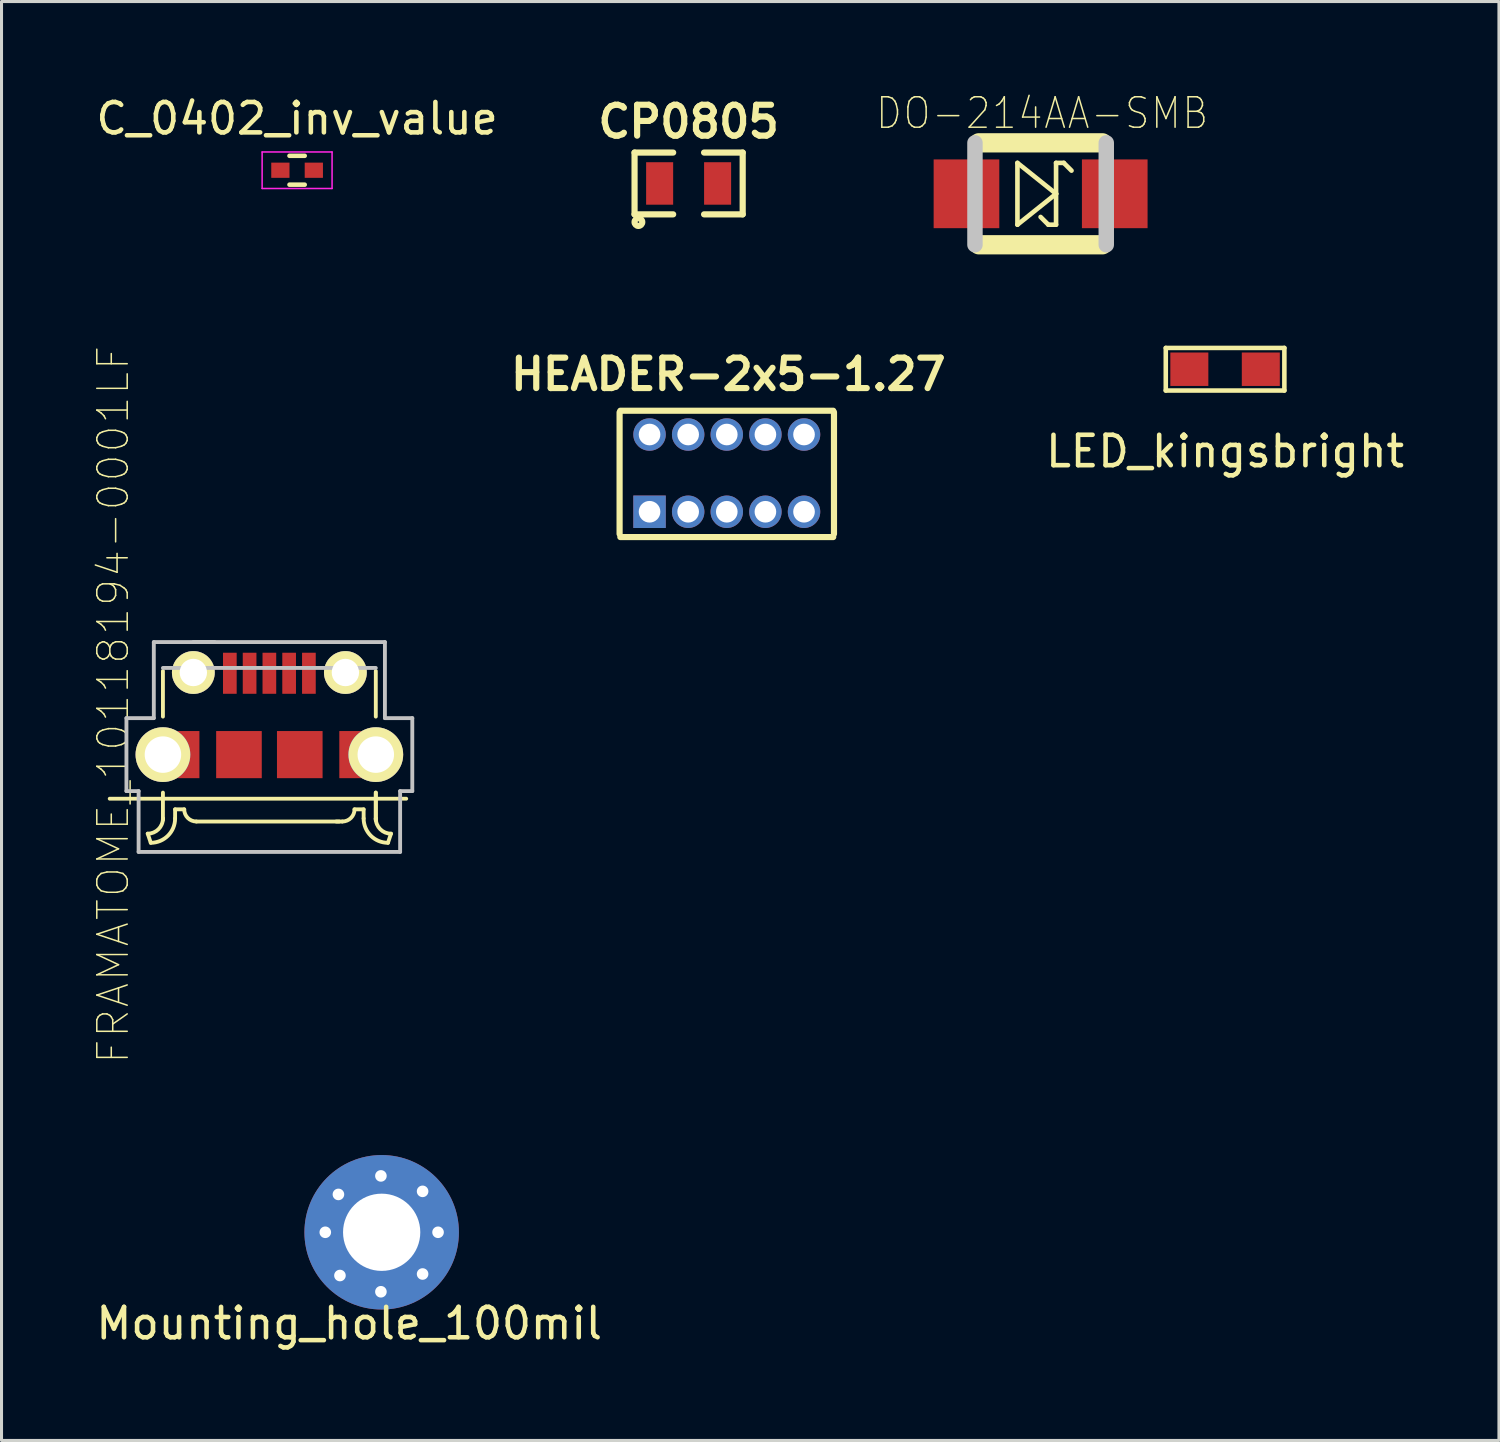
<source format=kicad_pcb>
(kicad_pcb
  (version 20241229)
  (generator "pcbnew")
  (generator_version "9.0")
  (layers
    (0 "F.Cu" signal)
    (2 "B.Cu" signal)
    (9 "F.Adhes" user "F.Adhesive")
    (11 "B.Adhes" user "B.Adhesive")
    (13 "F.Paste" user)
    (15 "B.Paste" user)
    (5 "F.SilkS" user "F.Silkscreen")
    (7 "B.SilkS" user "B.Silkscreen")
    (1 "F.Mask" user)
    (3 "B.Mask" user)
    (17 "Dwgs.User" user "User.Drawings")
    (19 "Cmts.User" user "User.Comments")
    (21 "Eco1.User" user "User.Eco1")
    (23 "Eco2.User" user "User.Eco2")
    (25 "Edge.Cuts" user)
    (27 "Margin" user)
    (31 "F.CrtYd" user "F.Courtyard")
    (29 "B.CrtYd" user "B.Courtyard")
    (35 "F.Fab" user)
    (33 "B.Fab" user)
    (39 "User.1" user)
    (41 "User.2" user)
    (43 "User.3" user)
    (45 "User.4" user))
  (footprint "C_0402_inv_value"
    (placed yes)
    (layer "F.Cu")
    (at 6.72 2.548)
    (property "Reference" "C_0402_inv_value" (at 0 -1.7 0) (layer "F.SilkS") (effects (font (size 1 1) (thickness 0.15))))
    (attr smd)
    (fp_line (start -0.25 0.475) (end 0.25 0.475) (stroke (width 0.15) (type solid)) (layer "F.SilkS"))
    (fp_line (start 0.25 -0.475) (end -0.25 -0.475) (stroke (width 0.15) (type solid)) (layer "F.SilkS"))
    (fp_line (start -1.15 -0.6) (end -1.15 0.6) (stroke (width 0.05) (type solid)) (layer "F.CrtYd"))
    (fp_line (start -1.15 -0.6) (end 1.15 -0.6) (stroke (width 0.05) (type solid)) (layer "F.CrtYd"))
    (fp_line (start -1.15 0.6) (end 1.15 0.6) (stroke (width 0.05) (type solid)) (layer "F.CrtYd"))
    (fp_line (start 1.15 -0.6) (end 1.15 0.6) (stroke (width 0.05) (type solid)) (layer "F.CrtYd"))
    (pad "1" smd rect (at -0.55 0) (size 0.6 0.5) (layers "F.Cu" "F.Mask" "F.Paste"))
    (pad "2" smd rect (at 0.55 0) (size 0.6 0.5) (layers "F.Cu" "F.Mask" "F.Paste")))
  (footprint "LED_kingsbright"
    (layer "F.Cu")
    (at 37.236 9.092)
    (property "Reference" "LED_kingsbright" (at 0 2.7 0) (layer "F.SilkS") (effects (font (size 1 1) (thickness 0.15))))
    (attr through_hole)
    (fp_line (start -1.95 -0.7) (end 1.95 -0.7) (stroke (width 0.15) (type solid)) (layer "F.SilkS"))
    (fp_line (start -1.95 0.7) (end -1.95 -0.7) (stroke (width 0.15) (type solid)) (layer "F.SilkS"))
    (fp_line (start 1.95 -0.7) (end 1.95 0.7) (stroke (width 0.15) (type solid)) (layer "F.SilkS"))
    (fp_line (start 1.95 0.7) (end -1.95 0.7) (stroke (width 0.15) (type solid)) (layer "F.SilkS"))
    (pad "1" smd rect (at -1.175 0) (size 1.25 1.1) (layers "F.Cu" "F.Mask" "F.Paste"))
    (pad "2" smd rect (at 1.175 0) (size 1.25 1.1) (layers "F.Cu" "F.Mask" "F.Paste")))
  (footprint "DO-214AA-SMB"
    (layer "F.Cu")
    (at 31.17 3.323)
    (property "Reference" "DO-214AA-SMB" (at 0.05 -2.65 0) (layer "F.SilkS") (effects (font (size 1 0.9) (thickness 0.05))))
    (attr smd)
    (fp_line (start -2.032 -1.676) (end 2.032 -1.676) (stroke (width 0.635) (type solid)) (layer "F.SilkS"))
    (fp_line (start -2.032 1.676) (end 2.032 1.676) (stroke (width 0.635) (type solid)) (layer "F.SilkS"))
    (fp_line (start -0.762 -1.016) (end -0.762 1.016) (stroke (width 0.152) (type solid)) (layer "F.SilkS"))
    (fp_line (start -0.762 1.016) (end 0.508 0) (stroke (width 0.152) (type solid)) (layer "F.SilkS"))
    (fp_line (start 0.254 1.016) (end 0 0.762) (stroke (width 0.152) (type solid)) (layer "F.SilkS"))
    (fp_line (start 0.508 -1.016) (end 0.508 0) (stroke (width 0.152) (type solid)) (layer "F.SilkS"))
    (fp_line (start 0.508 -1.016) (end 0.762 -1.016) (stroke (width 0.152) (type solid)) (layer "F.SilkS"))
    (fp_line (start 0.508 0) (end -0.762 -1.016) (stroke (width 0.152) (type solid)) (layer "F.SilkS"))
    (fp_line (start 0.508 0) (end 0.508 1.016) (stroke (width 0.152) (type solid)) (layer "F.SilkS"))
    (fp_line (start 0.508 1.016) (end 0.254 1.016) (stroke (width 0.152) (type solid)) (layer "F.SilkS"))
    (fp_line (start 0.762 -1.016) (end 1.016 -0.762) (stroke (width 0.152) (type solid)) (layer "F.SilkS"))
    (fp_line (start -2.159 -1.676) (end -2.159 1.676) (stroke (width 0.508) (type solid)) (layer "Dwgs.User"))
    (fp_line (start 2.159 -1.676) (end 2.159 1.676) (stroke (width 0.508) (type solid)) (layer "Dwgs.User"))
    (pad "1" smd rect (at 2.438 0) (size 2.159 2.261) (layers "F.Cu" "F.Mask" "F.Paste"))
    (pad "2" smd rect (at -2.438 0) (size 2.159 2.261) (layers "F.Cu" "F.Mask" "F.Paste")))
  (footprint "CP0805"
    (layer "F.Cu")
    (at 19.595 2.983)
    (property "Reference" "CP0805" (at 0 -2.032 0) (layer "F.SilkS") (effects (font (size 1.016 1.016) (thickness 0.203))))
    (attr smd)
    (fp_line (start -1.778 -1.016) (end -1.778 1.016) (stroke (width 0.203) (type solid)) (layer "F.SilkS"))
    (fp_line (start -1.778 1.016) (end -0.508 1.016) (stroke (width 0.203) (type solid)) (layer "F.SilkS"))
    (fp_line (start -0.508 -1.016) (end -1.778 -1.016) (stroke (width 0.203) (type solid)) (layer "F.SilkS"))
    (fp_line (start 0.508 -1.016) (end 1.778 -1.016) (stroke (width 0.203) (type solid)) (layer "F.SilkS"))
    (fp_line (start 1.778 -1.016) (end 1.778 1.016) (stroke (width 0.203) (type solid)) (layer "F.SilkS"))
    (fp_line (start 1.778 1.016) (end 0.508 1.016) (stroke (width 0.203) (type solid)) (layer "F.SilkS"))
    (fp_circle (center -1.651 1.27) (end -1.651 1.397) (stroke (width 0.203) (type solid)) (fill no) (layer "F.SilkS"))
    (pad "1" smd rect (at -0.953 0) (size 0.889 1.397) (layers "F.Cu" "F.Mask" "F.Paste"))
    (pad "2" smd rect (at 0.953 0) (size 0.889 1.397) (layers "F.Cu" "F.Mask" "F.Paste")))
  (footprint "Mounting_hole_100mil"
    (layer "F.Cu")
    (at 9.501 37.473)
    (property "Reference" "Mounting_hole_100mil" (at -1.067 2.997 0) (layer "F.SilkS") (effects (font (size 1 1) (thickness 0.15))))
    (attr through_hole)
    (pad "1" thru_hole circle (at -1.854 0) (size 0.508 0.508) (drill 0.381) (layers "*.Cu" "*.Mask"))
    (pad "1" thru_hole circle (at -1.422 -1.245) (size 0.508 0.508) (drill 0.381) (layers "*.Cu" "*.Mask"))
    (pad "1" thru_hole circle (at -1.372 1.422) (size 0.508 0.508) (drill 0.381) (layers "*.Cu" "*.Mask"))
    (pad "1" thru_hole circle (at -0.025 -1.854) (size 0.508 0.508) (drill 0.381) (layers "*.Cu" "*.Mask"))
    (pad "1" thru_hole circle (at -0.025 1.956) (size 0.508 0.508) (drill 0.381) (layers "*.Cu" "*.Mask"))
    (pad "1" thru_hole circle (at 0 0) (size 5.08 5.08) (drill 2.54) (layers "*.Cu" "*.Mask"))
    (pad "1" thru_hole circle (at 1.346 -1.346) (size 0.508 0.508) (drill 0.381) (layers "*.Cu" "*.Mask"))
    (pad "1" thru_hole circle (at 1.346 1.372) (size 0.508 0.508) (drill 0.381) (layers "*.Cu" "*.Mask"))
    (pad "1" thru_hole circle (at 1.854 0) (size 0.508 0.508) (drill 0.381) (layers "*.Cu" "*.Mask")))
  (footprint "FRAMATOME_10118194-0001LF"
    (layer "F.Cu")
    (at 5.808 21.765)
    (property "Reference" "FRAMATOME_10118194-0001LF" (at -5.135 -1.64 90) (layer "F.SilkS") (effects (font (size 1 1) (thickness 0.05))))
    (attr smd)
    (fp_line (start -5.25 1.45) (end 4.5 1.45) (stroke (width 0.127) (type solid)) (layer "F.SilkS"))
    (fp_line (start -4 2.6) (end -3.9 2.9) (stroke (width 0.127) (type solid)) (layer "F.SilkS"))
    (fp_line (start -3.5 -2.75) (end -3.5 -1.25) (stroke (width 0.127) (type solid)) (layer "F.SilkS"))
    (fp_line (start -3.5 1.25) (end -3.5 2.1) (stroke (width 0.127) (type solid)) (layer "F.SilkS"))
    (fp_line (start -3.5 2.1) (end -3.5 2.15) (stroke (width 0.127) (type solid)) (layer "F.SilkS"))
    (fp_line (start -3.1 1.8) (end -2.8 1.8) (stroke (width 0.127) (type solid)) (layer "F.SilkS"))
    (fp_line (start -3.1 2.1) (end -3.1 1.8) (stroke (width 0.127) (type solid)) (layer "F.SilkS"))
    (fp_line (start -2.4 2.2) (end 2.3 2.2) (stroke (width 0.127) (type solid)) (layer "F.SilkS"))
    (fp_line (start 2.4 2.2) (end 2.2 2.2) (stroke (width 0.127) (type solid)) (layer "F.SilkS"))
    (fp_line (start 3.1 1.8) (end 2.8 1.8) (stroke (width 0.127) (type solid)) (layer "F.SilkS"))
    (fp_line (start 3.1 2.1) (end 3.1 1.8) (stroke (width 0.127) (type solid)) (layer "F.SilkS"))
    (fp_line (start 3.5 -2.75) (end 3.5 -1.25) (stroke (width 0.127) (type solid)) (layer "F.SilkS"))
    (fp_line (start 3.5 1.25) (end 3.5 2.1) (stroke (width 0.127) (type solid)) (layer "F.SilkS"))
    (fp_line (start 3.5 1.25) (end 3.5 2.15) (stroke (width 0.127) (type solid)) (layer "F.SilkS"))
    (fp_line (start 3.5 2.1) (end 3.5 2.15) (stroke (width 0.127) (type solid)) (layer "F.SilkS"))
    (fp_line (start 4 2.6) (end 3.9 2.9) (stroke (width 0.127) (type solid)) (layer "F.SilkS"))
    (fp_arc (start -3.5 2.1) (mid -3.646447 2.453553) (end -4 2.6) (stroke (width 0.127) (type solid)) (layer "F.SilkS"))
    (fp_arc (start -3.1 2.1) (mid -3.334315 2.665685) (end -3.9 2.9) (stroke (width 0.127) (type solid)) (layer "F.SilkS"))
    (fp_arc (start -2.4 2.2) (mid -2.682843 2.082843) (end -2.8 1.8) (stroke (width 0.127) (type solid)) (layer "F.SilkS"))
    (fp_arc (start 2.8 1.8) (mid 2.682843 2.082843) (end 2.4 2.2) (stroke (width 0.127) (type solid)) (layer "F.SilkS"))
    (fp_arc (start 3.9 2.9) (mid 3.334315 2.665685) (end 3.1 2.1) (stroke (width 0.127) (type solid)) (layer "F.SilkS"))
    (fp_arc (start 4 2.6) (mid 3.646447 2.453553) (end 3.5 2.1) (stroke (width 0.127) (type solid)) (layer "F.SilkS"))
    (fp_line (start -4.7 -1.2) (end -3.8 -1.2) (stroke (width 0.127) (type solid)) (layer "Dwgs.User"))
    (fp_line (start -4.7 1.2) (end -4.7 -1.2) (stroke (width 0.127) (type solid)) (layer "Dwgs.User"))
    (fp_line (start -4.3 1.2) (end -4.7 1.2) (stroke (width 0.127) (type solid)) (layer "Dwgs.User"))
    (fp_line (start -4.3 3.2) (end -4.3 1.2) (stroke (width 0.127) (type solid)) (layer "Dwgs.User"))
    (fp_line (start -3.8 -3.7) (end -1.8 -3.7) (stroke (width 0.127) (type solid)) (layer "Dwgs.User"))
    (fp_line (start -3.8 -1.2) (end -3.8 -3.7) (stroke (width 0.127) (type solid)) (layer "Dwgs.User"))
    (fp_line (start -3.5 -2.85) (end 3.5 -2.85) (stroke (width 0.127) (type solid)) (layer "Dwgs.User"))
    (fp_line (start -2.5 -3.7) (end 3.8 -3.7) (stroke (width 0.127) (type solid)) (layer "Dwgs.User"))
    (fp_line (start 3.8 -3.7) (end 3.8 -1.2) (stroke (width 0.127) (type solid)) (layer "Dwgs.User"))
    (fp_line (start 3.8 -1.2) (end 4.7 -1.2) (stroke (width 0.127) (type solid)) (layer "Dwgs.User"))
    (fp_line (start 4.3 1.2) (end 4.3 3.2) (stroke (width 0.127) (type solid)) (layer "Dwgs.User"))
    (fp_line (start 4.3 3.2) (end -4.3 3.2) (stroke (width 0.127) (type solid)) (layer "Dwgs.User"))
    (fp_line (start 4.7 -1.2) (end 4.7 1.2) (stroke (width 0.127) (type solid)) (layer "Dwgs.User"))
    (fp_line (start 4.7 1.2) (end 4.3 1.2) (stroke (width 0.127) (type solid)) (layer "Dwgs.User"))
    (pad "1" smd rect (at -1.3 -2.675 180) (size 0.45 1.35) (layers "F.Cu" "F.Mask" "F.Paste"))
    (pad "2" smd rect (at -0.65 -2.675 180) (size 0.45 1.35) (layers "F.Cu" "F.Mask" "F.Paste"))
    (pad "3" smd rect (at 0 -2.675 180) (size 0.45 1.35) (layers "F.Cu" "F.Mask" "F.Paste"))
    (pad "4" smd rect (at 0.65 -2.675 180) (size 0.45 1.35) (layers "F.Cu" "F.Mask" "F.Paste"))
    (pad "5" smd rect (at 1.3 -2.675 180) (size 0.45 1.35) (layers "F.Cu" "F.Mask" "F.Paste"))
    (pad "P$6" thru_hole circle (at -2.5 -2.7) (size 1.408 1.408) (drill 0.9) (layers "*.Cu" "*.Mask" "F.SilkS"))
    (pad "P$7" thru_hole circle (at 2.5 -2.7) (size 1.408 1.408) (drill 0.9) (layers "*.Cu" "*.Mask" "F.SilkS"))
    (pad "P$8" thru_hole circle (at -3.5 0) (size 1.8 1.8) (drill 1.2) (layers "*.Cu" "*.Mask" "F.SilkS"))
    (pad "P$9" thru_hole circle (at 3.5 0) (size 1.8 1.8) (drill 1.2) (layers "*.Cu" "*.Mask" "F.SilkS"))
    (pad "P$10" smd rect (at -1 0) (size 1.5 1.55) (layers "F.Cu" "F.Mask" "F.Paste"))
    (pad "P$11" smd rect (at 1 0) (size 1.5 1.55) (layers "F.Cu" "F.Mask" "F.Paste"))
    (pad "P$12" smd rect (at -3.05 0) (size 1.5 1.55) (layers "F.Cu" "F.Mask" "F.Paste"))
    (pad "P$13" smd rect (at 3.05 0) (size 1.5 1.55) (layers "F.Cu" "F.Mask" "F.Paste")))
  (footprint "HEADER-2x5-1.27"
    (layer "F.Cu")
    (at 20.85 12.509)
    (property "Reference" "HEADER-2x5-1.27" (at 0.05 -3.25 0) (layer "F.SilkS") (effects (font (size 1.001 1.001) (thickness 0.203))))
    (attr through_hole)
    (fp_line (start -3.525 -2) (end -3.525 2) (stroke (width 0.203) (type solid)) (layer "F.SilkS"))
    (fp_line (start -3.5 2.102) (end 3.5 2.102) (stroke (width 0.203) (type solid)) (layer "F.SilkS"))
    (fp_line (start 3.5 -2.052) (end -3.5 -2.052) (stroke (width 0.203) (type solid)) (layer "F.SilkS"))
    (fp_line (start 3.525 -2) (end 3.525 2) (stroke (width 0.203) (type solid)) (layer "F.SilkS"))
    (pad "1" thru_hole rect (at -2.54 1.27) (size 1.067 1.067) (drill 0.711) (layers "*.Cu" "*.Mask"))
    (pad "2" thru_hole circle (at -2.54 -1.27) (size 1.067 1.067) (drill 0.711) (layers "*.Cu" "*.Mask"))
    (pad "3" thru_hole circle (at -1.27 1.27) (size 1.067 1.067) (drill 0.711) (layers "*.Cu" "*.Mask"))
    (pad "4" thru_hole circle (at -1.27 -1.27) (size 1.067 1.067) (drill 0.711) (layers "*.Cu" "*.Mask"))
    (pad "5" thru_hole circle (at 0 1.27) (size 1.067 1.067) (drill 0.711) (layers "*.Cu" "*.Mask"))
    (pad "6" thru_hole circle (at 0 -1.27) (size 1.067 1.067) (drill 0.711) (layers "*.Cu" "*.Mask"))
    (pad "7" thru_hole circle (at 1.27 1.27) (size 1.067 1.067) (drill 0.711) (layers "*.Cu" "*.Mask"))
    (pad "8" thru_hole circle (at 1.27 -1.27) (size 1.067 1.067) (drill 0.711) (layers "*.Cu" "*.Mask"))
    (pad "9" thru_hole circle (at 2.54 1.27) (size 1.067 1.067) (drill 0.711) (layers "*.Cu" "*.Mask"))
    (pad "10" thru_hole circle (at 2.54 -1.27) (size 1.067 1.067) (drill 0.711) (layers "*.Cu" "*.Mask")))
  (gr_rect
    (start -3 -3)
    (end 46.242 44.319)
    (stroke (width 0.1) (type default))
    (fill no)
    (layer "Edge.Cuts")))
</source>
